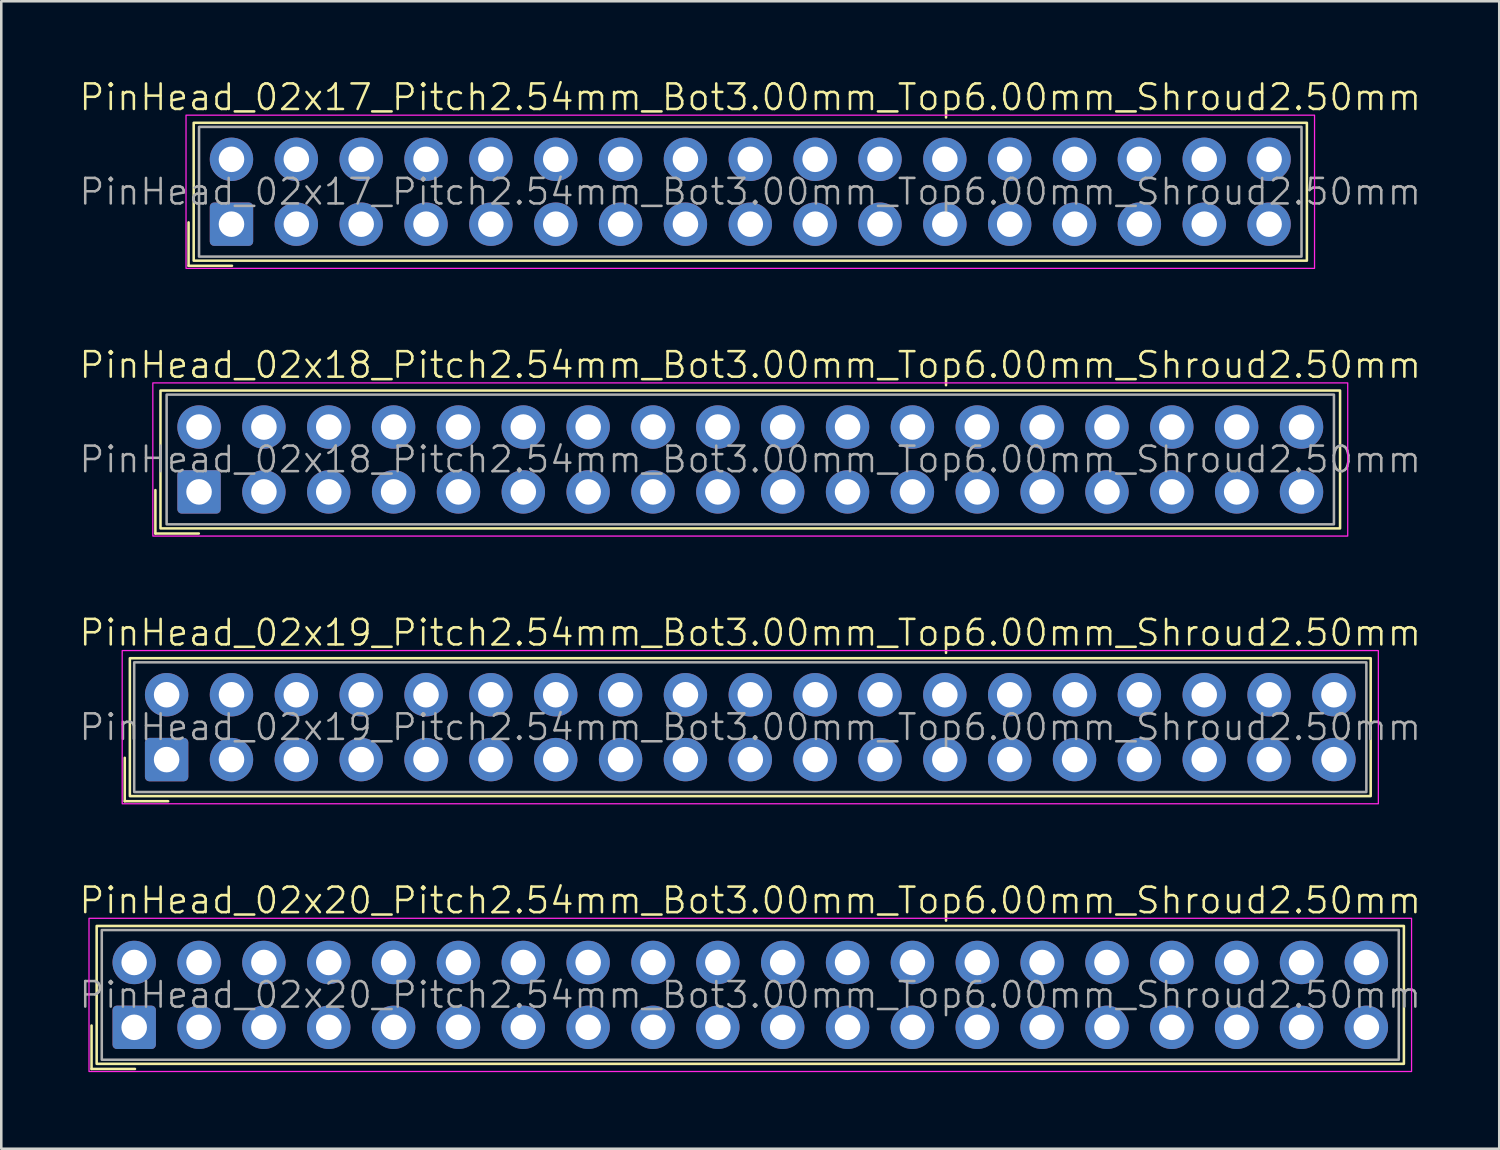
<source format=kicad_pcb>
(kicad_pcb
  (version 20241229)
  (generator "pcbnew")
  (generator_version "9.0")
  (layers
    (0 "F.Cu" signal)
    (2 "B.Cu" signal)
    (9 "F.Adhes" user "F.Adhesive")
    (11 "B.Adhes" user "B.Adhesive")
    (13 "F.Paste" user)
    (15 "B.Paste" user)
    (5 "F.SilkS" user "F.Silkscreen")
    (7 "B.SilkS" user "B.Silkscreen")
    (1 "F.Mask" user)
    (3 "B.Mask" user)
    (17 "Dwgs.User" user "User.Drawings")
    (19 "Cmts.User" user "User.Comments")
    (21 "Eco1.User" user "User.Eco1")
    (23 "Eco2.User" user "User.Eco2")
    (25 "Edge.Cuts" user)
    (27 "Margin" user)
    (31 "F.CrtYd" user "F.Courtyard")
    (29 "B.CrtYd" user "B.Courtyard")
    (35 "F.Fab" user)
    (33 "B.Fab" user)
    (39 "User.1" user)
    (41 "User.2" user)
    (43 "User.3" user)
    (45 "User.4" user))
  (footprint "PinHead_02x17_Pitch2.54mm_Bot3.00mm_Top6.00mm_Shroud2.50mm"
    (layer "F.Cu")
    (at 26.336 4.46)
    (property "Reference" "PinHead_02x17_Pitch2.54mm_Bot3.00mm_Top6.00mm_Shroud2.50mm" (at 0 -3.7 0) (unlocked yes) (layer "F.SilkS") (effects (font (size 1 1) (thickness 0.1))))
    (attr through_hole)
    (fp_line (start -22 1.2) (end -22 2.9) (stroke (width 0.1) (type default)) (layer "F.SilkS"))
    (fp_line (start -22 2.9) (end -20.3 2.9) (stroke (width 0.1) (type default)) (layer "F.SilkS"))
    (fp_rect (start -21.8 -2.7) (end 21.8 2.7) (stroke (width 0.1) (type default)) (fill no) (layer "F.SilkS"))
    (fp_rect (start -22.1 -3) (end 22.1 3) (stroke (width 0.05) (type default)) (fill no) (layer "F.CrtYd"))
    (fp_rect (start -21.59 -2.54) (end 21.59 2.54) (stroke (width 0.1) (type default)) (fill no) (layer "F.Fab"))
    (fp_text user "${REFERENCE}" (at 0 0 0) (unlocked yes) (layer "F.Fab") (effects (font (size 1 1) (thickness 0.1))))
    (pad "1" thru_hole roundrect (at -20.32 1.27) (size 1.7 1.7) (drill 1) (layers "*.Cu" "*.Mask") (roundrect_rratio 0.1))
    (pad "2" thru_hole circle (at -20.32 -1.27) (size 1.7 1.7) (drill 1) (layers "*.Cu" "*.Mask"))
    (pad "3" thru_hole circle (at -17.78 1.27) (size 1.7 1.7) (drill 1) (layers "*.Cu" "*.Mask"))
    (pad "4" thru_hole circle (at -17.78 -1.27) (size 1.7 1.7) (drill 1) (layers "*.Cu" "*.Mask"))
    (pad "5" thru_hole circle (at -15.24 1.27) (size 1.7 1.7) (drill 1) (layers "*.Cu" "*.Mask"))
    (pad "6" thru_hole circle (at -15.24 -1.27) (size 1.7 1.7) (drill 1) (layers "*.Cu" "*.Mask"))
    (pad "7" thru_hole circle (at -12.7 1.27) (size 1.7 1.7) (drill 1) (layers "*.Cu" "*.Mask"))
    (pad "8" thru_hole circle (at -12.7 -1.27) (size 1.7 1.7) (drill 1) (layers "*.Cu" "*.Mask"))
    (pad "9" thru_hole circle (at -10.16 1.27) (size 1.7 1.7) (drill 1) (layers "*.Cu" "*.Mask"))
    (pad "10" thru_hole circle (at -10.16 -1.27) (size 1.7 1.7) (drill 1) (layers "*.Cu" "*.Mask"))
    (pad "11" thru_hole circle (at -7.62 1.27) (size 1.7 1.7) (drill 1) (layers "*.Cu" "*.Mask"))
    (pad "12" thru_hole circle (at -7.62 -1.27) (size 1.7 1.7) (drill 1) (layers "*.Cu" "*.Mask"))
    (pad "13" thru_hole circle (at -5.08 1.27) (size 1.7 1.7) (drill 1) (layers "*.Cu" "*.Mask"))
    (pad "14" thru_hole circle (at -5.08 -1.27) (size 1.7 1.7) (drill 1) (layers "*.Cu" "*.Mask"))
    (pad "15" thru_hole circle (at -2.54 1.27) (size 1.7 1.7) (drill 1) (layers "*.Cu" "*.Mask"))
    (pad "16" thru_hole circle (at -2.54 -1.27) (size 1.7 1.7) (drill 1) (layers "*.Cu" "*.Mask"))
    (pad "17" thru_hole circle (at 0 1.27) (size 1.7 1.7) (drill 1) (layers "*.Cu" "*.Mask"))
    (pad "18" thru_hole circle (at 0 -1.27) (size 1.7 1.7) (drill 1) (layers "*.Cu" "*.Mask"))
    (pad "19" thru_hole circle (at 2.54 1.27) (size 1.7 1.7) (drill 1) (layers "*.Cu" "*.Mask"))
    (pad "20" thru_hole circle (at 2.54 -1.27) (size 1.7 1.7) (drill 1) (layers "*.Cu" "*.Mask"))
    (pad "21" thru_hole circle (at 5.08 1.27) (size 1.7 1.7) (drill 1) (layers "*.Cu" "*.Mask"))
    (pad "22" thru_hole circle (at 5.08 -1.27) (size 1.7 1.7) (drill 1) (layers "*.Cu" "*.Mask"))
    (pad "23" thru_hole circle (at 7.62 1.27) (size 1.7 1.7) (drill 1) (layers "*.Cu" "*.Mask"))
    (pad "24" thru_hole circle (at 7.62 -1.27) (size 1.7 1.7) (drill 1) (layers "*.Cu" "*.Mask"))
    (pad "25" thru_hole circle (at 10.16 1.27) (size 1.7 1.7) (drill 1) (layers "*.Cu" "*.Mask"))
    (pad "26" thru_hole circle (at 10.16 -1.27) (size 1.7 1.7) (drill 1) (layers "*.Cu" "*.Mask"))
    (pad "27" thru_hole circle (at 12.7 1.27) (size 1.7 1.7) (drill 1) (layers "*.Cu" "*.Mask"))
    (pad "28" thru_hole circle (at 12.7 -1.27) (size 1.7 1.7) (drill 1) (layers "*.Cu" "*.Mask"))
    (pad "29" thru_hole circle (at 15.24 1.27) (size 1.7 1.7) (drill 1) (layers "*.Cu" "*.Mask"))
    (pad "30" thru_hole circle (at 15.24 -1.27) (size 1.7 1.7) (drill 1) (layers "*.Cu" "*.Mask"))
    (pad "31" thru_hole circle (at 17.78 1.27) (size 1.7 1.7) (drill 1) (layers "*.Cu" "*.Mask"))
    (pad "32" thru_hole circle (at 17.78 -1.27) (size 1.7 1.7) (drill 1) (layers "*.Cu" "*.Mask"))
    (pad "33" thru_hole circle (at 20.32 1.27) (size 1.7 1.7) (drill 1) (layers "*.Cu" "*.Mask"))
    (pad "34" thru_hole circle (at 20.32 -1.27) (size 1.7 1.7) (drill 1) (layers "*.Cu" "*.Mask")))
  (footprint "PinHead_02x20_Pitch2.54mm_Bot3.00mm_Top6.00mm_Shroud2.50mm"
    (layer "F.Cu")
    (at 26.336 35.917)
    (property "Reference" "PinHead_02x20_Pitch2.54mm_Bot3.00mm_Top6.00mm_Shroud2.50mm" (at 0 -3.7 0) (unlocked yes) (layer "F.SilkS") (effects (font (size 1 1) (thickness 0.1))))
    (attr through_hole)
    (fp_line (start -25.8 1.2) (end -25.8 2.9) (stroke (width 0.1) (type default)) (layer "F.SilkS"))
    (fp_line (start -25.8 2.9) (end -24.1 2.9) (stroke (width 0.1) (type default)) (layer "F.SilkS"))
    (fp_rect (start -25.6 -2.7) (end 25.6 2.7) (stroke (width 0.1) (type default)) (fill no) (layer "F.SilkS"))
    (fp_rect (start -25.9 -3) (end 25.9 3) (stroke (width 0.05) (type default)) (fill no) (layer "F.CrtYd"))
    (fp_rect (start -25.4 -2.54) (end 25.4 2.54) (stroke (width 0.1) (type default)) (fill no) (layer "F.Fab"))
    (fp_text user "${REFERENCE}" (at 0 0 0) (unlocked yes) (layer "F.Fab") (effects (font (size 1 1) (thickness 0.1))))
    (pad "1" thru_hole roundrect (at -24.13 1.27) (size 1.7 1.7) (drill 1) (layers "*.Cu" "*.Mask") (roundrect_rratio 0.1))
    (pad "2" thru_hole circle (at -24.13 -1.27) (size 1.7 1.7) (drill 1) (layers "*.Cu" "*.Mask"))
    (pad "3" thru_hole circle (at -21.59 1.27) (size 1.7 1.7) (drill 1) (layers "*.Cu" "*.Mask"))
    (pad "4" thru_hole circle (at -21.59 -1.27) (size 1.7 1.7) (drill 1) (layers "*.Cu" "*.Mask"))
    (pad "5" thru_hole circle (at -19.05 1.27) (size 1.7 1.7) (drill 1) (layers "*.Cu" "*.Mask"))
    (pad "6" thru_hole circle (at -19.05 -1.27) (size 1.7 1.7) (drill 1) (layers "*.Cu" "*.Mask"))
    (pad "7" thru_hole circle (at -16.51 1.27) (size 1.7 1.7) (drill 1) (layers "*.Cu" "*.Mask"))
    (pad "8" thru_hole circle (at -16.51 -1.27) (size 1.7 1.7) (drill 1) (layers "*.Cu" "*.Mask"))
    (pad "9" thru_hole circle (at -13.97 1.27) (size 1.7 1.7) (drill 1) (layers "*.Cu" "*.Mask"))
    (pad "10" thru_hole circle (at -13.97 -1.27) (size 1.7 1.7) (drill 1) (layers "*.Cu" "*.Mask"))
    (pad "11" thru_hole circle (at -11.43 1.27) (size 1.7 1.7) (drill 1) (layers "*.Cu" "*.Mask"))
    (pad "12" thru_hole circle (at -11.43 -1.27) (size 1.7 1.7) (drill 1) (layers "*.Cu" "*.Mask"))
    (pad "13" thru_hole circle (at -8.89 1.27) (size 1.7 1.7) (drill 1) (layers "*.Cu" "*.Mask"))
    (pad "14" thru_hole circle (at -8.89 -1.27) (size 1.7 1.7) (drill 1) (layers "*.Cu" "*.Mask"))
    (pad "15" thru_hole circle (at -6.35 1.27) (size 1.7 1.7) (drill 1) (layers "*.Cu" "*.Mask"))
    (pad "16" thru_hole circle (at -6.35 -1.27) (size 1.7 1.7) (drill 1) (layers "*.Cu" "*.Mask"))
    (pad "17" thru_hole circle (at -3.81 1.27) (size 1.7 1.7) (drill 1) (layers "*.Cu" "*.Mask"))
    (pad "18" thru_hole circle (at -3.81 -1.27) (size 1.7 1.7) (drill 1) (layers "*.Cu" "*.Mask"))
    (pad "19" thru_hole circle (at -1.27 1.27) (size 1.7 1.7) (drill 1) (layers "*.Cu" "*.Mask"))
    (pad "20" thru_hole circle (at -1.27 -1.27) (size 1.7 1.7) (drill 1) (layers "*.Cu" "*.Mask"))
    (pad "21" thru_hole circle (at 1.27 1.27) (size 1.7 1.7) (drill 1) (layers "*.Cu" "*.Mask"))
    (pad "22" thru_hole circle (at 1.27 -1.27) (size 1.7 1.7) (drill 1) (layers "*.Cu" "*.Mask"))
    (pad "23" thru_hole circle (at 3.81 1.27) (size 1.7 1.7) (drill 1) (layers "*.Cu" "*.Mask"))
    (pad "24" thru_hole circle (at 3.81 -1.27) (size 1.7 1.7) (drill 1) (layers "*.Cu" "*.Mask"))
    (pad "25" thru_hole circle (at 6.35 1.27) (size 1.7 1.7) (drill 1) (layers "*.Cu" "*.Mask"))
    (pad "26" thru_hole circle (at 6.35 -1.27) (size 1.7 1.7) (drill 1) (layers "*.Cu" "*.Mask"))
    (pad "27" thru_hole circle (at 8.89 1.27) (size 1.7 1.7) (drill 1) (layers "*.Cu" "*.Mask"))
    (pad "28" thru_hole circle (at 8.89 -1.27) (size 1.7 1.7) (drill 1) (layers "*.Cu" "*.Mask"))
    (pad "29" thru_hole circle (at 11.43 1.27) (size 1.7 1.7) (drill 1) (layers "*.Cu" "*.Mask"))
    (pad "30" thru_hole circle (at 11.43 -1.27) (size 1.7 1.7) (drill 1) (layers "*.Cu" "*.Mask"))
    (pad "31" thru_hole circle (at 13.97 1.27) (size 1.7 1.7) (drill 1) (layers "*.Cu" "*.Mask"))
    (pad "32" thru_hole circle (at 13.97 -1.27) (size 1.7 1.7) (drill 1) (layers "*.Cu" "*.Mask"))
    (pad "33" thru_hole circle (at 16.51 1.27) (size 1.7 1.7) (drill 1) (layers "*.Cu" "*.Mask"))
    (pad "34" thru_hole circle (at 16.51 -1.27) (size 1.7 1.7) (drill 1) (layers "*.Cu" "*.Mask"))
    (pad "35" thru_hole circle (at 19.05 1.27) (size 1.7 1.7) (drill 1) (layers "*.Cu" "*.Mask"))
    (pad "36" thru_hole circle (at 19.05 -1.27) (size 1.7 1.7) (drill 1) (layers "*.Cu" "*.Mask"))
    (pad "37" thru_hole circle (at 21.59 1.27) (size 1.7 1.7) (drill 1) (layers "*.Cu" "*.Mask"))
    (pad "38" thru_hole circle (at 21.59 -1.27) (size 1.7 1.7) (drill 1) (layers "*.Cu" "*.Mask"))
    (pad "39" thru_hole circle (at 24.13 1.27) (size 1.7 1.7) (drill 1) (layers "*.Cu" "*.Mask"))
    (pad "40" thru_hole circle (at 24.13 -1.27) (size 1.7 1.7) (drill 1) (layers "*.Cu" "*.Mask")))
  (footprint "PinHead_02x18_Pitch2.54mm_Bot3.00mm_Top6.00mm_Shroud2.50mm"
    (layer "F.Cu")
    (at 26.336 14.946)
    (property "Reference" "PinHead_02x18_Pitch2.54mm_Bot3.00mm_Top6.00mm_Shroud2.50mm" (at 0 -3.7 0) (unlocked yes) (layer "F.SilkS") (effects (font (size 1 1) (thickness 0.1))))
    (attr through_hole)
    (fp_line (start -23.3 1.2) (end -23.3 2.9) (stroke (width 0.1) (type default)) (layer "F.SilkS"))
    (fp_line (start -23.3 2.9) (end -21.6 2.9) (stroke (width 0.1) (type default)) (layer "F.SilkS"))
    (fp_rect (start -23.1 -2.7) (end 23.1 2.7) (stroke (width 0.1) (type default)) (fill no) (layer "F.SilkS"))
    (fp_rect (start -23.4 -3) (end 23.4 3) (stroke (width 0.05) (type default)) (fill no) (layer "F.CrtYd"))
    (fp_rect (start -22.86 -2.54) (end 22.86 2.54) (stroke (width 0.1) (type default)) (fill no) (layer "F.Fab"))
    (fp_text user "${REFERENCE}" (at 0 0 0) (unlocked yes) (layer "F.Fab") (effects (font (size 1 1) (thickness 0.1))))
    (pad "1" thru_hole roundrect (at -21.59 1.27) (size 1.7 1.7) (drill 1) (layers "*.Cu" "*.Mask") (roundrect_rratio 0.1))
    (pad "2" thru_hole circle (at -21.59 -1.27) (size 1.7 1.7) (drill 1) (layers "*.Cu" "*.Mask"))
    (pad "3" thru_hole circle (at -19.05 1.27) (size 1.7 1.7) (drill 1) (layers "*.Cu" "*.Mask"))
    (pad "4" thru_hole circle (at -19.05 -1.27) (size 1.7 1.7) (drill 1) (layers "*.Cu" "*.Mask"))
    (pad "5" thru_hole circle (at -16.51 1.27) (size 1.7 1.7) (drill 1) (layers "*.Cu" "*.Mask"))
    (pad "6" thru_hole circle (at -16.51 -1.27) (size 1.7 1.7) (drill 1) (layers "*.Cu" "*.Mask"))
    (pad "7" thru_hole circle (at -13.97 1.27) (size 1.7 1.7) (drill 1) (layers "*.Cu" "*.Mask"))
    (pad "8" thru_hole circle (at -13.97 -1.27) (size 1.7 1.7) (drill 1) (layers "*.Cu" "*.Mask"))
    (pad "9" thru_hole circle (at -11.43 1.27) (size 1.7 1.7) (drill 1) (layers "*.Cu" "*.Mask"))
    (pad "10" thru_hole circle (at -11.43 -1.27) (size 1.7 1.7) (drill 1) (layers "*.Cu" "*.Mask"))
    (pad "11" thru_hole circle (at -8.89 1.27) (size 1.7 1.7) (drill 1) (layers "*.Cu" "*.Mask"))
    (pad "12" thru_hole circle (at -8.89 -1.27) (size 1.7 1.7) (drill 1) (layers "*.Cu" "*.Mask"))
    (pad "13" thru_hole circle (at -6.35 1.27) (size 1.7 1.7) (drill 1) (layers "*.Cu" "*.Mask"))
    (pad "14" thru_hole circle (at -6.35 -1.27) (size 1.7 1.7) (drill 1) (layers "*.Cu" "*.Mask"))
    (pad "15" thru_hole circle (at -3.81 1.27) (size 1.7 1.7) (drill 1) (layers "*.Cu" "*.Mask"))
    (pad "16" thru_hole circle (at -3.81 -1.27) (size 1.7 1.7) (drill 1) (layers "*.Cu" "*.Mask"))
    (pad "17" thru_hole circle (at -1.27 1.27) (size 1.7 1.7) (drill 1) (layers "*.Cu" "*.Mask"))
    (pad "18" thru_hole circle (at -1.27 -1.27) (size 1.7 1.7) (drill 1) (layers "*.Cu" "*.Mask"))
    (pad "19" thru_hole circle (at 1.27 1.27) (size 1.7 1.7) (drill 1) (layers "*.Cu" "*.Mask"))
    (pad "20" thru_hole circle (at 1.27 -1.27) (size 1.7 1.7) (drill 1) (layers "*.Cu" "*.Mask"))
    (pad "21" thru_hole circle (at 3.81 1.27) (size 1.7 1.7) (drill 1) (layers "*.Cu" "*.Mask"))
    (pad "22" thru_hole circle (at 3.81 -1.27) (size 1.7 1.7) (drill 1) (layers "*.Cu" "*.Mask"))
    (pad "23" thru_hole circle (at 6.35 1.27) (size 1.7 1.7) (drill 1) (layers "*.Cu" "*.Mask"))
    (pad "24" thru_hole circle (at 6.35 -1.27) (size 1.7 1.7) (drill 1) (layers "*.Cu" "*.Mask"))
    (pad "25" thru_hole circle (at 8.89 1.27) (size 1.7 1.7) (drill 1) (layers "*.Cu" "*.Mask"))
    (pad "26" thru_hole circle (at 8.89 -1.27) (size 1.7 1.7) (drill 1) (layers "*.Cu" "*.Mask"))
    (pad "27" thru_hole circle (at 11.43 1.27) (size 1.7 1.7) (drill 1) (layers "*.Cu" "*.Mask"))
    (pad "28" thru_hole circle (at 11.43 -1.27) (size 1.7 1.7) (drill 1) (layers "*.Cu" "*.Mask"))
    (pad "29" thru_hole circle (at 13.97 1.27) (size 1.7 1.7) (drill 1) (layers "*.Cu" "*.Mask"))
    (pad "30" thru_hole circle (at 13.97 -1.27) (size 1.7 1.7) (drill 1) (layers "*.Cu" "*.Mask"))
    (pad "31" thru_hole circle (at 16.51 1.27) (size 1.7 1.7) (drill 1) (layers "*.Cu" "*.Mask"))
    (pad "32" thru_hole circle (at 16.51 -1.27) (size 1.7 1.7) (drill 1) (layers "*.Cu" "*.Mask"))
    (pad "33" thru_hole circle (at 19.05 1.27) (size 1.7 1.7) (drill 1) (layers "*.Cu" "*.Mask"))
    (pad "34" thru_hole circle (at 19.05 -1.27) (size 1.7 1.7) (drill 1) (layers "*.Cu" "*.Mask"))
    (pad "35" thru_hole circle (at 21.59 1.27) (size 1.7 1.7) (drill 1) (layers "*.Cu" "*.Mask"))
    (pad "36" thru_hole circle (at 21.59 -1.27) (size 1.7 1.7) (drill 1) (layers "*.Cu" "*.Mask")))
  (footprint "PinHead_02x19_Pitch2.54mm_Bot3.00mm_Top6.00mm_Shroud2.50mm"
    (layer "F.Cu")
    (at 26.336 25.431)
    (property "Reference" "PinHead_02x19_Pitch2.54mm_Bot3.00mm_Top6.00mm_Shroud2.50mm" (at 0 -3.7 0) (unlocked yes) (layer "F.SilkS") (effects (font (size 1 1) (thickness 0.1))))
    (attr through_hole)
    (fp_line (start -24.5 1.2) (end -24.5 2.9) (stroke (width 0.1) (type default)) (layer "F.SilkS"))
    (fp_line (start -24.5 2.9) (end -22.8 2.9) (stroke (width 0.1) (type default)) (layer "F.SilkS"))
    (fp_rect (start -24.3 -2.7) (end 24.3 2.7) (stroke (width 0.1) (type default)) (fill no) (layer "F.SilkS"))
    (fp_rect (start -24.6 -3) (end 24.6 3) (stroke (width 0.05) (type default)) (fill no) (layer "F.CrtYd"))
    (fp_rect (start -24.13 -2.54) (end 24.13 2.54) (stroke (width 0.1) (type default)) (fill no) (layer "F.Fab"))
    (fp_text user "${REFERENCE}" (at 0 0 0) (unlocked yes) (layer "F.Fab") (effects (font (size 1 1) (thickness 0.1))))
    (pad "1" thru_hole roundrect (at -22.86 1.27) (size 1.7 1.7) (drill 1) (layers "*.Cu" "*.Mask") (roundrect_rratio 0.1))
    (pad "2" thru_hole circle (at -22.86 -1.27) (size 1.7 1.7) (drill 1) (layers "*.Cu" "*.Mask"))
    (pad "3" thru_hole circle (at -20.32 1.27) (size 1.7 1.7) (drill 1) (layers "*.Cu" "*.Mask"))
    (pad "4" thru_hole circle (at -20.32 -1.27) (size 1.7 1.7) (drill 1) (layers "*.Cu" "*.Mask"))
    (pad "5" thru_hole circle (at -17.78 1.27) (size 1.7 1.7) (drill 1) (layers "*.Cu" "*.Mask"))
    (pad "6" thru_hole circle (at -17.78 -1.27) (size 1.7 1.7) (drill 1) (layers "*.Cu" "*.Mask"))
    (pad "7" thru_hole circle (at -15.24 1.27) (size 1.7 1.7) (drill 1) (layers "*.Cu" "*.Mask"))
    (pad "8" thru_hole circle (at -15.24 -1.27) (size 1.7 1.7) (drill 1) (layers "*.Cu" "*.Mask"))
    (pad "9" thru_hole circle (at -12.7 1.27) (size 1.7 1.7) (drill 1) (layers "*.Cu" "*.Mask"))
    (pad "10" thru_hole circle (at -12.7 -1.27) (size 1.7 1.7) (drill 1) (layers "*.Cu" "*.Mask"))
    (pad "11" thru_hole circle (at -10.16 1.27) (size 1.7 1.7) (drill 1) (layers "*.Cu" "*.Mask"))
    (pad "12" thru_hole circle (at -10.16 -1.27) (size 1.7 1.7) (drill 1) (layers "*.Cu" "*.Mask"))
    (pad "13" thru_hole circle (at -7.62 1.27) (size 1.7 1.7) (drill 1) (layers "*.Cu" "*.Mask"))
    (pad "14" thru_hole circle (at -7.62 -1.27) (size 1.7 1.7) (drill 1) (layers "*.Cu" "*.Mask"))
    (pad "15" thru_hole circle (at -5.08 1.27) (size 1.7 1.7) (drill 1) (layers "*.Cu" "*.Mask"))
    (pad "16" thru_hole circle (at -5.08 -1.27) (size 1.7 1.7) (drill 1) (layers "*.Cu" "*.Mask"))
    (pad "17" thru_hole circle (at -2.54 1.27) (size 1.7 1.7) (drill 1) (layers "*.Cu" "*.Mask"))
    (pad "18" thru_hole circle (at -2.54 -1.27) (size 1.7 1.7) (drill 1) (layers "*.Cu" "*.Mask"))
    (pad "19" thru_hole circle (at 0 1.27) (size 1.7 1.7) (drill 1) (layers "*.Cu" "*.Mask"))
    (pad "20" thru_hole circle (at 0 -1.27) (size 1.7 1.7) (drill 1) (layers "*.Cu" "*.Mask"))
    (pad "21" thru_hole circle (at 2.54 1.27) (size 1.7 1.7) (drill 1) (layers "*.Cu" "*.Mask"))
    (pad "22" thru_hole circle (at 2.54 -1.27) (size 1.7 1.7) (drill 1) (layers "*.Cu" "*.Mask"))
    (pad "23" thru_hole circle (at 5.08 1.27) (size 1.7 1.7) (drill 1) (layers "*.Cu" "*.Mask"))
    (pad "24" thru_hole circle (at 5.08 -1.27) (size 1.7 1.7) (drill 1) (layers "*.Cu" "*.Mask"))
    (pad "25" thru_hole circle (at 7.62 1.27) (size 1.7 1.7) (drill 1) (layers "*.Cu" "*.Mask"))
    (pad "26" thru_hole circle (at 7.62 -1.27) (size 1.7 1.7) (drill 1) (layers "*.Cu" "*.Mask"))
    (pad "27" thru_hole circle (at 10.16 1.27) (size 1.7 1.7) (drill 1) (layers "*.Cu" "*.Mask"))
    (pad "28" thru_hole circle (at 10.16 -1.27) (size 1.7 1.7) (drill 1) (layers "*.Cu" "*.Mask"))
    (pad "29" thru_hole circle (at 12.7 1.27) (size 1.7 1.7) (drill 1) (layers "*.Cu" "*.Mask"))
    (pad "30" thru_hole circle (at 12.7 -1.27) (size 1.7 1.7) (drill 1) (layers "*.Cu" "*.Mask"))
    (pad "31" thru_hole circle (at 15.24 1.27) (size 1.7 1.7) (drill 1) (layers "*.Cu" "*.Mask"))
    (pad "32" thru_hole circle (at 15.24 -1.27) (size 1.7 1.7) (drill 1) (layers "*.Cu" "*.Mask"))
    (pad "33" thru_hole circle (at 17.78 1.27) (size 1.7 1.7) (drill 1) (layers "*.Cu" "*.Mask"))
    (pad "34" thru_hole circle (at 17.78 -1.27) (size 1.7 1.7) (drill 1) (layers "*.Cu" "*.Mask"))
    (pad "35" thru_hole circle (at 20.32 1.27) (size 1.7 1.7) (drill 1) (layers "*.Cu" "*.Mask"))
    (pad "36" thru_hole circle (at 20.32 -1.27) (size 1.7 1.7) (drill 1) (layers "*.Cu" "*.Mask"))
    (pad "37" thru_hole circle (at 22.86 1.27) (size 1.7 1.7) (drill 1) (layers "*.Cu" "*.Mask"))
    (pad "38" thru_hole circle (at 22.86 -1.27) (size 1.7 1.7) (drill 1) (layers "*.Cu" "*.Mask")))
  (gr_rect
    (start -3 -3)
    (end 55.671 41.942)
    (stroke (width 0.1) (type default))
    (fill no)
    (layer "Edge.Cuts")))
</source>
